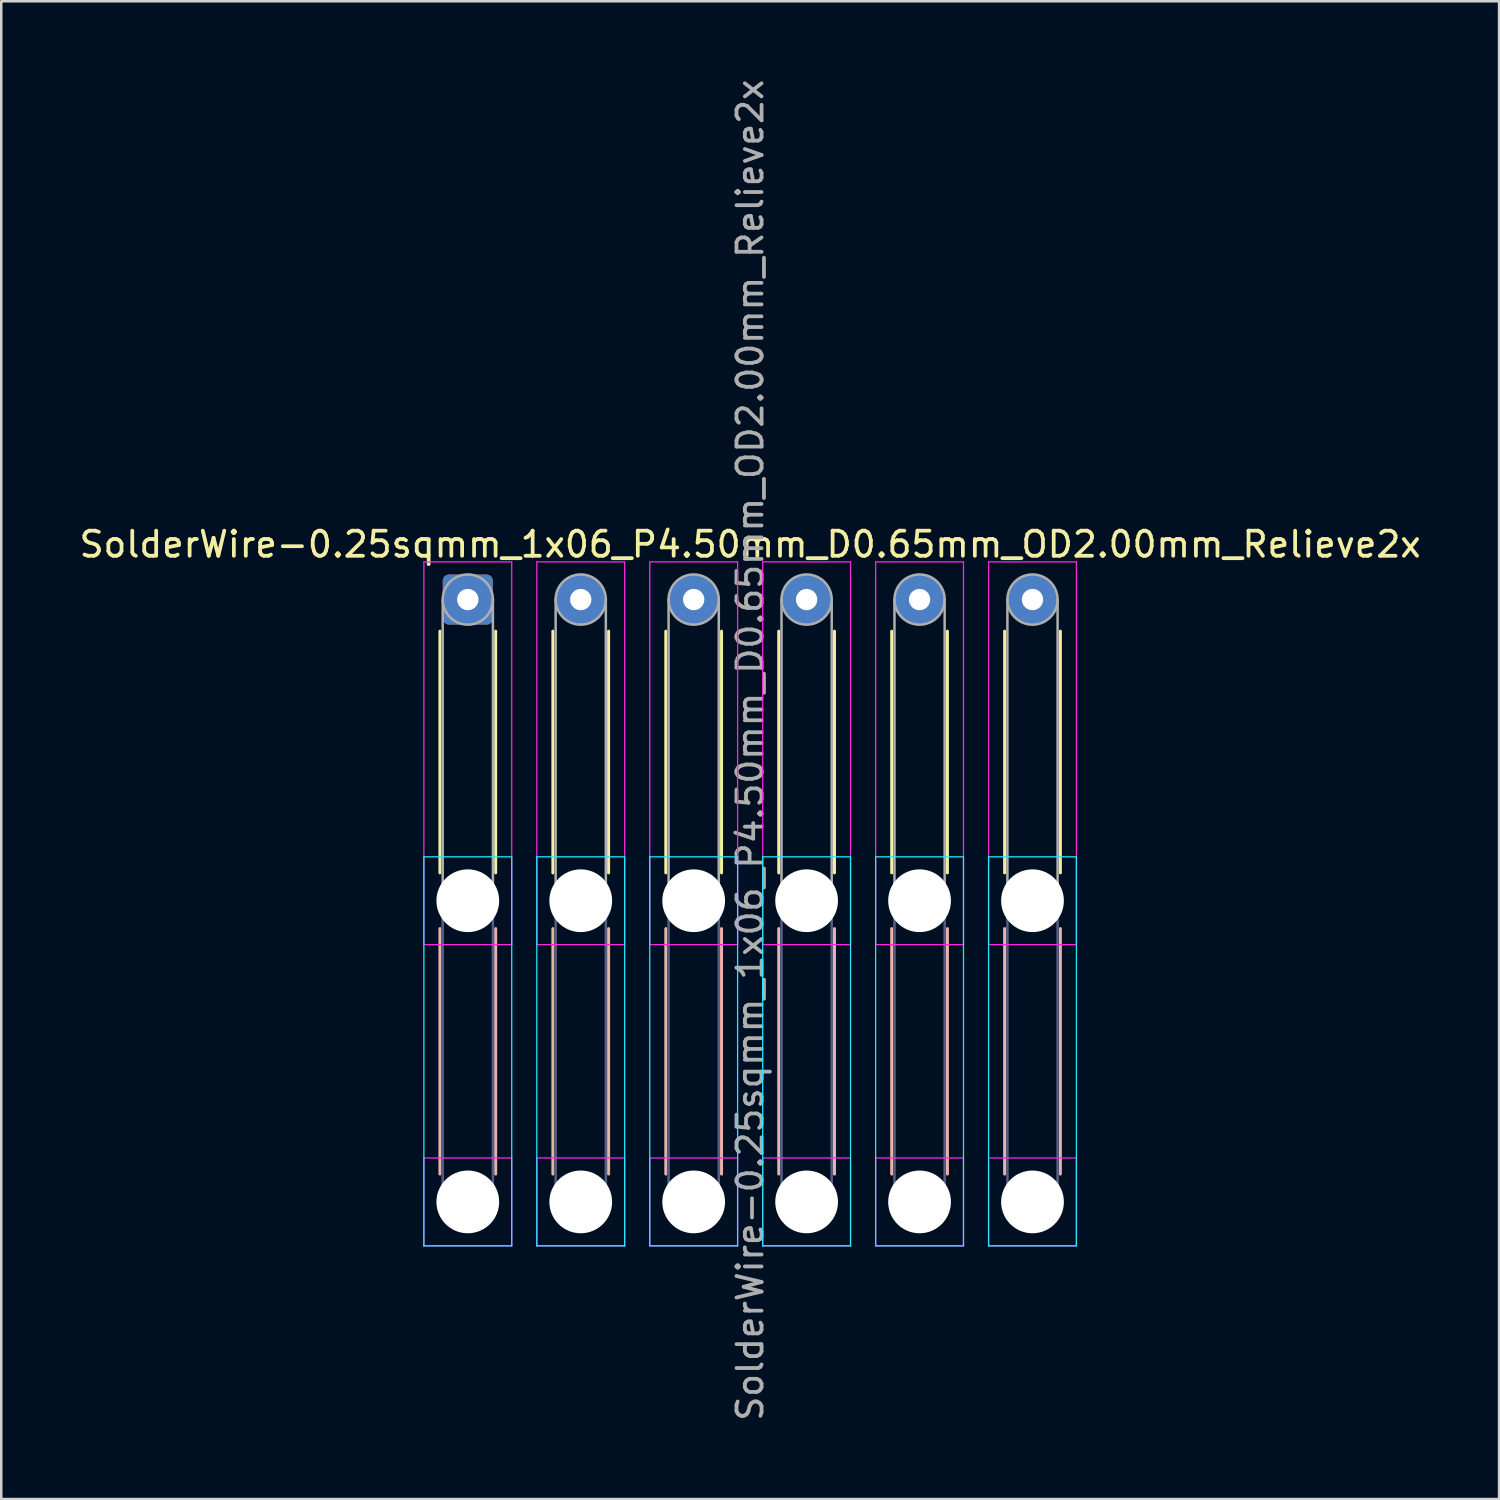
<source format=kicad_pcb>
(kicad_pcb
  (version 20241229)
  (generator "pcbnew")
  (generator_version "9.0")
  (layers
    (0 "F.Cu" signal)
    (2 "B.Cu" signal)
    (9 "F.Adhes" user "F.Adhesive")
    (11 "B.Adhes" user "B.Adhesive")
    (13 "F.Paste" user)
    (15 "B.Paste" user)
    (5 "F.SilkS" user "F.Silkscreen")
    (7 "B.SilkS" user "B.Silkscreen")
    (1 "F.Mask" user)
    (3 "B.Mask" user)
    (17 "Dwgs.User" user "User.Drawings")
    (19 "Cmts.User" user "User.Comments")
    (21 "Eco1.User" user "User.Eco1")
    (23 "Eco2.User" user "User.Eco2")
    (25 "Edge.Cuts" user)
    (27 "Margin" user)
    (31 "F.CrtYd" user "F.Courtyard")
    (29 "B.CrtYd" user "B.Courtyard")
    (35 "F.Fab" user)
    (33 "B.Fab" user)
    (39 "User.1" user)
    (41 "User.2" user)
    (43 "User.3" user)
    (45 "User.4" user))
  (footprint "SolderWire-0.25sqmm_1x06_P4.50mm_D0.65mm_OD2.00mm_Relieve2x"
    (layer "F.Cu")
    (at 15.589 20.839)
    (property "Reference" "SolderWire-0.25sqmm_1x06_P4.50mm_D0.65mm_OD2.00mm_Relieve2x" (at 11.25 -2.2 0) (layer "F.SilkS") (effects (font (size 1 1) (thickness 0.15))))
    (attr exclude_from_pos_files exclude_from_bom)
    (fp_line (start -1.11 1.26) (end -1.11 10.89) (stroke (width 0.12) (type solid)) (layer "F.SilkS"))
    (fp_line (start 1.11 1.26) (end 1.11 10.89) (stroke (width 0.12) (type solid)) (layer "F.SilkS"))
    (fp_line (start 3.39 1.26) (end 3.39 10.89) (stroke (width 0.12) (type solid)) (layer "F.SilkS"))
    (fp_line (start 5.61 1.26) (end 5.61 10.89) (stroke (width 0.12) (type solid)) (layer "F.SilkS"))
    (fp_line (start 7.89 1.26) (end 7.89 10.89) (stroke (width 0.12) (type solid)) (layer "F.SilkS"))
    (fp_line (start 10.11 1.26) (end 10.11 10.89) (stroke (width 0.12) (type solid)) (layer "F.SilkS"))
    (fp_line (start 12.39 1.26) (end 12.39 10.89) (stroke (width 0.12) (type solid)) (layer "F.SilkS"))
    (fp_line (start 14.61 1.26) (end 14.61 10.89) (stroke (width 0.12) (type solid)) (layer "F.SilkS"))
    (fp_line (start 16.89 1.26) (end 16.89 10.89) (stroke (width 0.12) (type solid)) (layer "F.SilkS"))
    (fp_line (start 19.11 1.26) (end 19.11 10.89) (stroke (width 0.12) (type solid)) (layer "F.SilkS"))
    (fp_line (start 21.39 1.26) (end 21.39 10.89) (stroke (width 0.12) (type solid)) (layer "F.SilkS"))
    (fp_line (start 23.61 1.26) (end 23.61 10.89) (stroke (width 0.12) (type solid)) (layer "F.SilkS"))
    (fp_line (start -1.11 13.11) (end -1.11 22.89) (stroke (width 0.12) (type solid)) (layer "B.SilkS"))
    (fp_line (start 1.11 13.11) (end 1.11 22.89) (stroke (width 0.12) (type solid)) (layer "B.SilkS"))
    (fp_line (start 3.39 13.11) (end 3.39 22.89) (stroke (width 0.12) (type solid)) (layer "B.SilkS"))
    (fp_line (start 5.61 13.11) (end 5.61 22.89) (stroke (width 0.12) (type solid)) (layer "B.SilkS"))
    (fp_line (start 7.89 13.11) (end 7.89 22.89) (stroke (width 0.12) (type solid)) (layer "B.SilkS"))
    (fp_line (start 10.11 13.11) (end 10.11 22.89) (stroke (width 0.12) (type solid)) (layer "B.SilkS"))
    (fp_line (start 12.39 13.11) (end 12.39 22.89) (stroke (width 0.12) (type solid)) (layer "B.SilkS"))
    (fp_line (start 14.61 13.11) (end 14.61 22.89) (stroke (width 0.12) (type solid)) (layer "B.SilkS"))
    (fp_line (start 16.89 13.11) (end 16.89 22.89) (stroke (width 0.12) (type solid)) (layer "B.SilkS"))
    (fp_line (start 19.11 13.11) (end 19.11 22.89) (stroke (width 0.12) (type solid)) (layer "B.SilkS"))
    (fp_line (start 21.39 13.11) (end 21.39 22.89) (stroke (width 0.12) (type solid)) (layer "B.SilkS"))
    (fp_line (start 23.61 13.11) (end 23.61 22.89) (stroke (width 0.12) (type solid)) (layer "B.SilkS"))
    (fp_line (start -1.75 10.25) (end -1.75 25.75) (stroke (width 0.05) (type solid)) (layer "B.CrtYd"))
    (fp_line (start -1.75 25.75) (end 1.75 25.75) (stroke (width 0.05) (type solid)) (layer "B.CrtYd"))
    (fp_line (start 1.75 10.25) (end -1.75 10.25) (stroke (width 0.05) (type solid)) (layer "B.CrtYd"))
    (fp_line (start 1.75 25.75) (end 1.75 10.25) (stroke (width 0.05) (type solid)) (layer "B.CrtYd"))
    (fp_line (start 2.75 10.25) (end 2.75 25.75) (stroke (width 0.05) (type solid)) (layer "B.CrtYd"))
    (fp_line (start 2.75 25.75) (end 6.25 25.75) (stroke (width 0.05) (type solid)) (layer "B.CrtYd"))
    (fp_line (start 6.25 10.25) (end 2.75 10.25) (stroke (width 0.05) (type solid)) (layer "B.CrtYd"))
    (fp_line (start 6.25 25.75) (end 6.25 10.25) (stroke (width 0.05) (type solid)) (layer "B.CrtYd"))
    (fp_line (start 7.25 10.25) (end 7.25 25.75) (stroke (width 0.05) (type solid)) (layer "B.CrtYd"))
    (fp_line (start 7.25 25.75) (end 10.75 25.75) (stroke (width 0.05) (type solid)) (layer "B.CrtYd"))
    (fp_line (start 10.75 10.25) (end 7.25 10.25) (stroke (width 0.05) (type solid)) (layer "B.CrtYd"))
    (fp_line (start 10.75 25.75) (end 10.75 10.25) (stroke (width 0.05) (type solid)) (layer "B.CrtYd"))
    (fp_line (start 11.75 10.25) (end 11.75 25.75) (stroke (width 0.05) (type solid)) (layer "B.CrtYd"))
    (fp_line (start 11.75 25.75) (end 15.25 25.75) (stroke (width 0.05) (type solid)) (layer "B.CrtYd"))
    (fp_line (start 15.25 10.25) (end 11.75 10.25) (stroke (width 0.05) (type solid)) (layer "B.CrtYd"))
    (fp_line (start 15.25 25.75) (end 15.25 10.25) (stroke (width 0.05) (type solid)) (layer "B.CrtYd"))
    (fp_line (start 16.25 10.25) (end 16.25 25.75) (stroke (width 0.05) (type solid)) (layer "B.CrtYd"))
    (fp_line (start 16.25 25.75) (end 19.75 25.75) (stroke (width 0.05) (type solid)) (layer "B.CrtYd"))
    (fp_line (start 19.75 10.25) (end 16.25 10.25) (stroke (width 0.05) (type solid)) (layer "B.CrtYd"))
    (fp_line (start 19.75 25.75) (end 19.75 10.25) (stroke (width 0.05) (type solid)) (layer "B.CrtYd"))
    (fp_line (start 20.75 10.25) (end 20.75 25.75) (stroke (width 0.05) (type solid)) (layer "B.CrtYd"))
    (fp_line (start 20.75 25.75) (end 24.25 25.75) (stroke (width 0.05) (type solid)) (layer "B.CrtYd"))
    (fp_line (start 24.25 10.25) (end 20.75 10.25) (stroke (width 0.05) (type solid)) (layer "B.CrtYd"))
    (fp_line (start 24.25 25.75) (end 24.25 10.25) (stroke (width 0.05) (type solid)) (layer "B.CrtYd"))
    (fp_line (start -1.75 -1.5) (end -1.75 13.75) (stroke (width 0.05) (type solid)) (layer "F.CrtYd"))
    (fp_line (start -1.75 13.75) (end 1.75 13.75) (stroke (width 0.05) (type solid)) (layer "F.CrtYd"))
    (fp_line (start -1.75 22.25) (end -1.75 25.75) (stroke (width 0.05) (type solid)) (layer "F.CrtYd"))
    (fp_line (start -1.75 25.75) (end 1.75 25.75) (stroke (width 0.05) (type solid)) (layer "F.CrtYd"))
    (fp_line (start 1.75 -1.5) (end -1.75 -1.5) (stroke (width 0.05) (type solid)) (layer "F.CrtYd"))
    (fp_line (start 1.75 13.75) (end 1.75 -1.5) (stroke (width 0.05) (type solid)) (layer "F.CrtYd"))
    (fp_line (start 1.75 22.25) (end -1.75 22.25) (stroke (width 0.05) (type solid)) (layer "F.CrtYd"))
    (fp_line (start 1.75 25.75) (end 1.75 22.25) (stroke (width 0.05) (type solid)) (layer "F.CrtYd"))
    (fp_line (start 2.75 -1.5) (end 2.75 13.75) (stroke (width 0.05) (type solid)) (layer "F.CrtYd"))
    (fp_line (start 2.75 13.75) (end 6.25 13.75) (stroke (width 0.05) (type solid)) (layer "F.CrtYd"))
    (fp_line (start 2.75 22.25) (end 2.75 25.75) (stroke (width 0.05) (type solid)) (layer "F.CrtYd"))
    (fp_line (start 2.75 25.75) (end 6.25 25.75) (stroke (width 0.05) (type solid)) (layer "F.CrtYd"))
    (fp_line (start 6.25 -1.5) (end 2.75 -1.5) (stroke (width 0.05) (type solid)) (layer "F.CrtYd"))
    (fp_line (start 6.25 13.75) (end 6.25 -1.5) (stroke (width 0.05) (type solid)) (layer "F.CrtYd"))
    (fp_line (start 6.25 22.25) (end 2.75 22.25) (stroke (width 0.05) (type solid)) (layer "F.CrtYd"))
    (fp_line (start 6.25 25.75) (end 6.25 22.25) (stroke (width 0.05) (type solid)) (layer "F.CrtYd"))
    (fp_line (start 7.25 -1.5) (end 7.25 13.75) (stroke (width 0.05) (type solid)) (layer "F.CrtYd"))
    (fp_line (start 7.25 13.75) (end 10.75 13.75) (stroke (width 0.05) (type solid)) (layer "F.CrtYd"))
    (fp_line (start 7.25 22.25) (end 7.25 25.75) (stroke (width 0.05) (type solid)) (layer "F.CrtYd"))
    (fp_line (start 7.25 25.75) (end 10.75 25.75) (stroke (width 0.05) (type solid)) (layer "F.CrtYd"))
    (fp_line (start 10.75 -1.5) (end 7.25 -1.5) (stroke (width 0.05) (type solid)) (layer "F.CrtYd"))
    (fp_line (start 10.75 13.75) (end 10.75 -1.5) (stroke (width 0.05) (type solid)) (layer "F.CrtYd"))
    (fp_line (start 10.75 22.25) (end 7.25 22.25) (stroke (width 0.05) (type solid)) (layer "F.CrtYd"))
    (fp_line (start 10.75 25.75) (end 10.75 22.25) (stroke (width 0.05) (type solid)) (layer "F.CrtYd"))
    (fp_line (start 11.75 -1.5) (end 11.75 13.75) (stroke (width 0.05) (type solid)) (layer "F.CrtYd"))
    (fp_line (start 11.75 13.75) (end 15.25 13.75) (stroke (width 0.05) (type solid)) (layer "F.CrtYd"))
    (fp_line (start 11.75 22.25) (end 11.75 25.75) (stroke (width 0.05) (type solid)) (layer "F.CrtYd"))
    (fp_line (start 11.75 25.75) (end 15.25 25.75) (stroke (width 0.05) (type solid)) (layer "F.CrtYd"))
    (fp_line (start 15.25 -1.5) (end 11.75 -1.5) (stroke (width 0.05) (type solid)) (layer "F.CrtYd"))
    (fp_line (start 15.25 13.75) (end 15.25 -1.5) (stroke (width 0.05) (type solid)) (layer "F.CrtYd"))
    (fp_line (start 15.25 22.25) (end 11.75 22.25) (stroke (width 0.05) (type solid)) (layer "F.CrtYd"))
    (fp_line (start 15.25 25.75) (end 15.25 22.25) (stroke (width 0.05) (type solid)) (layer "F.CrtYd"))
    (fp_line (start 16.25 -1.5) (end 16.25 13.75) (stroke (width 0.05) (type solid)) (layer "F.CrtYd"))
    (fp_line (start 16.25 13.75) (end 19.75 13.75) (stroke (width 0.05) (type solid)) (layer "F.CrtYd"))
    (fp_line (start 16.25 22.25) (end 16.25 25.75) (stroke (width 0.05) (type solid)) (layer "F.CrtYd"))
    (fp_line (start 16.25 25.75) (end 19.75 25.75) (stroke (width 0.05) (type solid)) (layer "F.CrtYd"))
    (fp_line (start 19.75 -1.5) (end 16.25 -1.5) (stroke (width 0.05) (type solid)) (layer "F.CrtYd"))
    (fp_line (start 19.75 13.75) (end 19.75 -1.5) (stroke (width 0.05) (type solid)) (layer "F.CrtYd"))
    (fp_line (start 19.75 22.25) (end 16.25 22.25) (stroke (width 0.05) (type solid)) (layer "F.CrtYd"))
    (fp_line (start 19.75 25.75) (end 19.75 22.25) (stroke (width 0.05) (type solid)) (layer "F.CrtYd"))
    (fp_line (start 20.75 -1.5) (end 20.75 13.75) (stroke (width 0.05) (type solid)) (layer "F.CrtYd"))
    (fp_line (start 20.75 13.75) (end 24.25 13.75) (stroke (width 0.05) (type solid)) (layer "F.CrtYd"))
    (fp_line (start 20.75 22.25) (end 20.75 25.75) (stroke (width 0.05) (type solid)) (layer "F.CrtYd"))
    (fp_line (start 20.75 25.75) (end 24.25 25.75) (stroke (width 0.05) (type solid)) (layer "F.CrtYd"))
    (fp_line (start 24.25 -1.5) (end 20.75 -1.5) (stroke (width 0.05) (type solid)) (layer "F.CrtYd"))
    (fp_line (start 24.25 13.75) (end 24.25 -1.5) (stroke (width 0.05) (type solid)) (layer "F.CrtYd"))
    (fp_line (start 24.25 22.25) (end 20.75 22.25) (stroke (width 0.05) (type solid)) (layer "F.CrtYd"))
    (fp_line (start 24.25 25.75) (end 24.25 22.25) (stroke (width 0.05) (type solid)) (layer "F.CrtYd"))
    (fp_line (start -1 12) (end -1 24) (stroke (width 0.1) (type solid)) (layer "B.Fab"))
    (fp_line (start 1 12) (end 1 24) (stroke (width 0.1) (type solid)) (layer "B.Fab"))
    (fp_line (start 3.5 12) (end 3.5 24) (stroke (width 0.1) (type solid)) (layer "B.Fab"))
    (fp_line (start 5.5 12) (end 5.5 24) (stroke (width 0.1) (type solid)) (layer "B.Fab"))
    (fp_line (start 8 12) (end 8 24) (stroke (width 0.1) (type solid)) (layer "B.Fab"))
    (fp_line (start 10 12) (end 10 24) (stroke (width 0.1) (type solid)) (layer "B.Fab"))
    (fp_line (start 12.5 12) (end 12.5 24) (stroke (width 0.1) (type solid)) (layer "B.Fab"))
    (fp_line (start 14.5 12) (end 14.5 24) (stroke (width 0.1) (type solid)) (layer "B.Fab"))
    (fp_line (start 17 12) (end 17 24) (stroke (width 0.1) (type solid)) (layer "B.Fab"))
    (fp_line (start 19 12) (end 19 24) (stroke (width 0.1) (type solid)) (layer "B.Fab"))
    (fp_line (start 21.5 12) (end 21.5 24) (stroke (width 0.1) (type solid)) (layer "B.Fab"))
    (fp_line (start 23.5 12) (end 23.5 24) (stroke (width 0.1) (type solid)) (layer "B.Fab"))
    (fp_circle (center 0 12) (end 1 12) (stroke (width 0.1) (type solid)) (fill no) (layer "B.Fab"))
    (fp_circle (center 0 24) (end 1 24) (stroke (width 0.1) (type solid)) (fill no) (layer "B.Fab"))
    (fp_circle (center 4.5 12) (end 5.5 12) (stroke (width 0.1) (type solid)) (fill no) (layer "B.Fab"))
    (fp_circle (center 4.5 24) (end 5.5 24) (stroke (width 0.1) (type solid)) (fill no) (layer "B.Fab"))
    (fp_circle (center 9 12) (end 10 12) (stroke (width 0.1) (type solid)) (fill no) (layer "B.Fab"))
    (fp_circle (center 9 24) (end 10 24) (stroke (width 0.1) (type solid)) (fill no) (layer "B.Fab"))
    (fp_circle (center 13.5 12) (end 14.5 12) (stroke (width 0.1) (type solid)) (fill no) (layer "B.Fab"))
    (fp_circle (center 13.5 24) (end 14.5 24) (stroke (width 0.1) (type solid)) (fill no) (layer "B.Fab"))
    (fp_circle (center 18 12) (end 19 12) (stroke (width 0.1) (type solid)) (fill no) (layer "B.Fab"))
    (fp_circle (center 18 24) (end 19 24) (stroke (width 0.1) (type solid)) (fill no) (layer "B.Fab"))
    (fp_circle (center 22.5 12) (end 23.5 12) (stroke (width 0.1) (type solid)) (fill no) (layer "B.Fab"))
    (fp_circle (center 22.5 24) (end 23.5 24) (stroke (width 0.1) (type solid)) (fill no) (layer "B.Fab"))
    (fp_line (start -1 0) (end -1 12) (stroke (width 0.1) (type solid)) (layer "F.Fab"))
    (fp_line (start 1 0) (end 1 12) (stroke (width 0.1) (type solid)) (layer "F.Fab"))
    (fp_line (start 3.5 0) (end 3.5 12) (stroke (width 0.1) (type solid)) (layer "F.Fab"))
    (fp_line (start 5.5 0) (end 5.5 12) (stroke (width 0.1) (type solid)) (layer "F.Fab"))
    (fp_line (start 8 0) (end 8 12) (stroke (width 0.1) (type solid)) (layer "F.Fab"))
    (fp_line (start 10 0) (end 10 12) (stroke (width 0.1) (type solid)) (layer "F.Fab"))
    (fp_line (start 12.5 0) (end 12.5 12) (stroke (width 0.1) (type solid)) (layer "F.Fab"))
    (fp_line (start 14.5 0) (end 14.5 12) (stroke (width 0.1) (type solid)) (layer "F.Fab"))
    (fp_line (start 17 0) (end 17 12) (stroke (width 0.1) (type solid)) (layer "F.Fab"))
    (fp_line (start 19 0) (end 19 12) (stroke (width 0.1) (type solid)) (layer "F.Fab"))
    (fp_line (start 21.5 0) (end 21.5 12) (stroke (width 0.1) (type solid)) (layer "F.Fab"))
    (fp_line (start 23.5 0) (end 23.5 12) (stroke (width 0.1) (type solid)) (layer "F.Fab"))
    (fp_circle (center 0 0) (end 1 0) (stroke (width 0.1) (type solid)) (fill no) (layer "F.Fab"))
    (fp_circle (center 0 12) (end 1 12) (stroke (width 0.1) (type solid)) (fill no) (layer "F.Fab"))
    (fp_circle (center 0 24) (end 1 24) (stroke (width 0.1) (type solid)) (fill no) (layer "F.Fab"))
    (fp_circle (center 4.5 0) (end 5.5 0) (stroke (width 0.1) (type solid)) (fill no) (layer "F.Fab"))
    (fp_circle (center 4.5 12) (end 5.5 12) (stroke (width 0.1) (type solid)) (fill no) (layer "F.Fab"))
    (fp_circle (center 4.5 24) (end 5.5 24) (stroke (width 0.1) (type solid)) (fill no) (layer "F.Fab"))
    (fp_circle (center 9 0) (end 10 0) (stroke (width 0.1) (type solid)) (fill no) (layer "F.Fab"))
    (fp_circle (center 9 12) (end 10 12) (stroke (width 0.1) (type solid)) (fill no) (layer "F.Fab"))
    (fp_circle (center 9 24) (end 10 24) (stroke (width 0.1) (type solid)) (fill no) (layer "F.Fab"))
    (fp_circle (center 13.5 0) (end 14.5 0) (stroke (width 0.1) (type solid)) (fill no) (layer "F.Fab"))
    (fp_circle (center 13.5 12) (end 14.5 12) (stroke (width 0.1) (type solid)) (fill no) (layer "F.Fab"))
    (fp_circle (center 13.5 24) (end 14.5 24) (stroke (width 0.1) (type solid)) (fill no) (layer "F.Fab"))
    (fp_circle (center 18 0) (end 19 0) (stroke (width 0.1) (type solid)) (fill no) (layer "F.Fab"))
    (fp_circle (center 18 12) (end 19 12) (stroke (width 0.1) (type solid)) (fill no) (layer "F.Fab"))
    (fp_circle (center 18 24) (end 19 24) (stroke (width 0.1) (type solid)) (fill no) (layer "F.Fab"))
    (fp_circle (center 22.5 0) (end 23.5 0) (stroke (width 0.1) (type solid)) (fill no) (layer "F.Fab"))
    (fp_circle (center 22.5 12) (end 23.5 12) (stroke (width 0.1) (type solid)) (fill no) (layer "F.Fab"))
    (fp_circle (center 22.5 24) (end 23.5 24) (stroke (width 0.1) (type solid)) (fill no) (layer "F.Fab"))
    (fp_text user "${REFERENCE}" (at 11.25 6 90) (layer "F.Fab") (effects (font (size 1 1) (thickness 0.15))))
    (pad "" np_thru_hole circle (at 0 12) (size 2.5 2.5) (drill 2.5) (layers "*.Cu" "*.Mask"))
    (pad "" np_thru_hole circle (at 0 24) (size 2.5 2.5) (drill 2.5) (layers "*.Cu" "*.Mask"))
    (pad "" np_thru_hole circle (at 4.5 12) (size 2.5 2.5) (drill 2.5) (layers "*.Cu" "*.Mask"))
    (pad "" np_thru_hole circle (at 4.5 24) (size 2.5 2.5) (drill 2.5) (layers "*.Cu" "*.Mask"))
    (pad "" np_thru_hole circle (at 9 12) (size 2.5 2.5) (drill 2.5) (layers "*.Cu" "*.Mask"))
    (pad "" np_thru_hole circle (at 9 24) (size 2.5 2.5) (drill 2.5) (layers "*.Cu" "*.Mask"))
    (pad "" np_thru_hole circle (at 13.5 12) (size 2.5 2.5) (drill 2.5) (layers "*.Cu" "*.Mask"))
    (pad "" np_thru_hole circle (at 13.5 24) (size 2.5 2.5) (drill 2.5) (layers "*.Cu" "*.Mask"))
    (pad "" np_thru_hole circle (at 18 12) (size 2.5 2.5) (drill 2.5) (layers "*.Cu" "*.Mask"))
    (pad "" np_thru_hole circle (at 18 24) (size 2.5 2.5) (drill 2.5) (layers "*.Cu" "*.Mask"))
    (pad "" np_thru_hole circle (at 22.5 12) (size 2.5 2.5) (drill 2.5) (layers "*.Cu" "*.Mask"))
    (pad "" np_thru_hole circle (at 22.5 24) (size 2.5 2.5) (drill 2.5) (layers "*.Cu" "*.Mask"))
    (pad "1" thru_hole roundrect (at 0 0) (size 2 2) (drill 0.85) (layers "*.Cu" "*.Mask") (roundrect_rratio 0.125))
    (pad "2" thru_hole circle (at 4.5 0) (size 2 2) (drill 0.85) (layers "*.Cu" "*.Mask"))
    (pad "3" thru_hole circle (at 9 0) (size 2 2) (drill 0.85) (layers "*.Cu" "*.Mask"))
    (pad "4" thru_hole circle (at 13.5 0) (size 2 2) (drill 0.85) (layers "*.Cu" "*.Mask"))
    (pad "5" thru_hole circle (at 18 0) (size 2 2) (drill 0.85) (layers "*.Cu" "*.Mask"))
    (pad "6" thru_hole circle (at 22.5 0) (size 2 2) (drill 0.85) (layers "*.Cu" "*.Mask")))
  (gr_rect
    (start -3 -3)
    (end 56.679 56.679)
    (stroke (width 0.1) (type default))
    (fill no)
    (layer "Edge.Cuts")))
</source>
